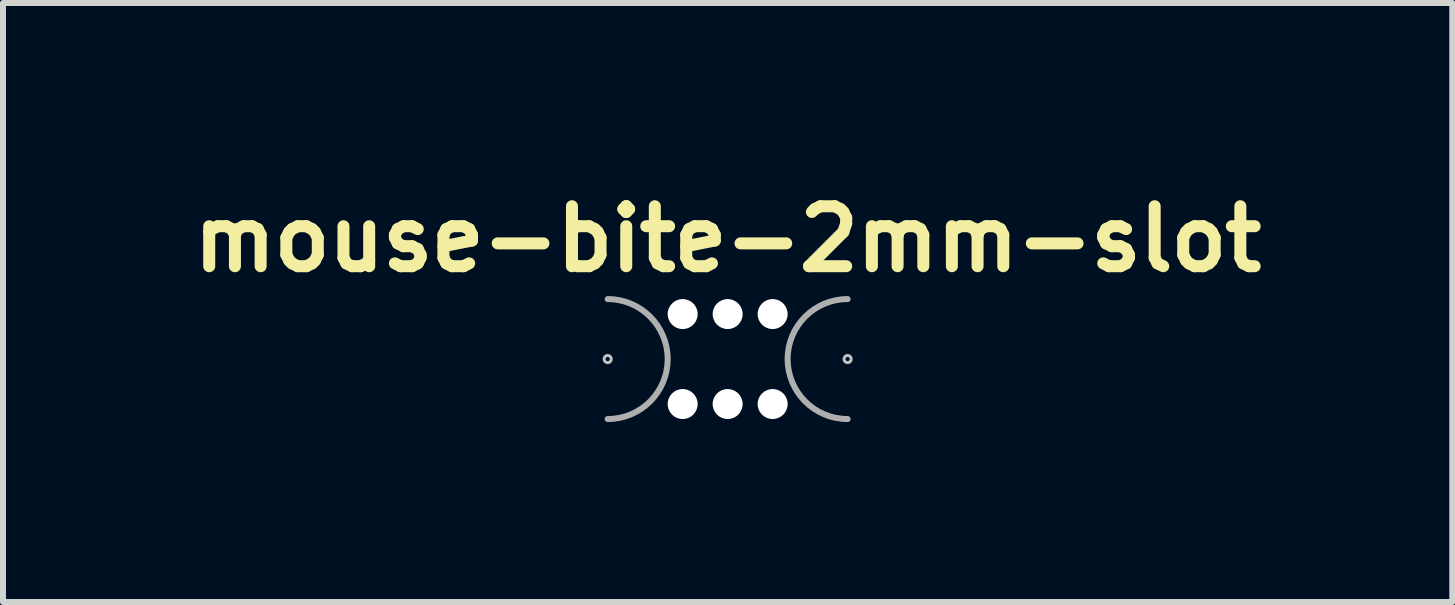
<source format=kicad_pcb>
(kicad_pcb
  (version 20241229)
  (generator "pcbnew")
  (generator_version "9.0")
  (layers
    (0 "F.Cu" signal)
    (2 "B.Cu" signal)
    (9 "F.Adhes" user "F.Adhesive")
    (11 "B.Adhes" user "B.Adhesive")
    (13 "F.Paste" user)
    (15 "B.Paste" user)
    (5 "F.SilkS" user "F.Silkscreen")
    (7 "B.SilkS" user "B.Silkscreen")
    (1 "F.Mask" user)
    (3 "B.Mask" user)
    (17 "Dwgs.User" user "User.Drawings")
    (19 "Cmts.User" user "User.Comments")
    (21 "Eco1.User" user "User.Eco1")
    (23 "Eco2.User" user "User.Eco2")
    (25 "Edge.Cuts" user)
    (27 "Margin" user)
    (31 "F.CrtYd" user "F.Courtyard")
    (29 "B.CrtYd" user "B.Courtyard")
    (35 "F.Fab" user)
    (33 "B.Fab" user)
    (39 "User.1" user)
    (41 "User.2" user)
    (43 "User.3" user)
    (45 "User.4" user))
  (footprint "mouse-bite-2mm-slot"
    (layer "F.Cu")
    (at 9.081 2.936)
    (property "Reference" "mouse-bite-2mm-slot" (at 0 -2 0) (layer "F.SilkS") (effects (font (size 1 1) (thickness 0.2))))
    (attr through_hole)
    (fp_circle (center -2 0) (end -2 -0.06) (stroke (width 0.05) (type solid)) (fill no) (layer "Dwgs.User"))
    (fp_circle (center 2 0) (end 2.06 0) (stroke (width 0.05) (type solid)) (fill no) (layer "Dwgs.User"))
    (fp_line (start -2 0) (end -2 0) (stroke (width 2) (type solid)) (layer "Eco1.User"))
    (fp_line (start 2 0) (end 2 0) (stroke (width 2) (type solid)) (layer "Eco1.User"))
    (fp_arc (start -2 -1) (mid -1 0) (end -2 1) (stroke (width 0.1) (type solid)) (layer "F.Fab"))
    (fp_arc (start 2 1) (mid 1 0) (end 2 -1) (stroke (width 0.1) (type solid)) (layer "F.Fab"))
    (pad "" np_thru_hole circle (at -0.75 -0.75) (size 0.5 0.5) (drill 0.5) (layers "*.Cu" "*.Mask"))
    (pad "" np_thru_hole circle (at -0.75 0.75) (size 0.5 0.5) (drill 0.5) (layers "*.Cu" "*.Mask"))
    (pad "" np_thru_hole circle (at 0 -0.75) (size 0.5 0.5) (drill 0.5) (layers "*.Cu" "*.Mask"))
    (pad "" np_thru_hole circle (at 0 0.75) (size 0.5 0.5) (drill 0.5) (layers "*.Cu" "*.Mask"))
    (pad "" np_thru_hole circle (at 0.75 -0.75) (size 0.5 0.5) (drill 0.5) (layers "*.Cu" "*.Mask"))
    (pad "" np_thru_hole circle (at 0.75 0.75) (size 0.5 0.5) (drill 0.5) (layers "*.Cu" "*.Mask")))
  (gr_rect
    (start -3 -3)
    (end 21.162 6.986)
    (stroke (width 0.1) (type default))
    (fill no)
    (layer "Edge.Cuts")))
</source>
